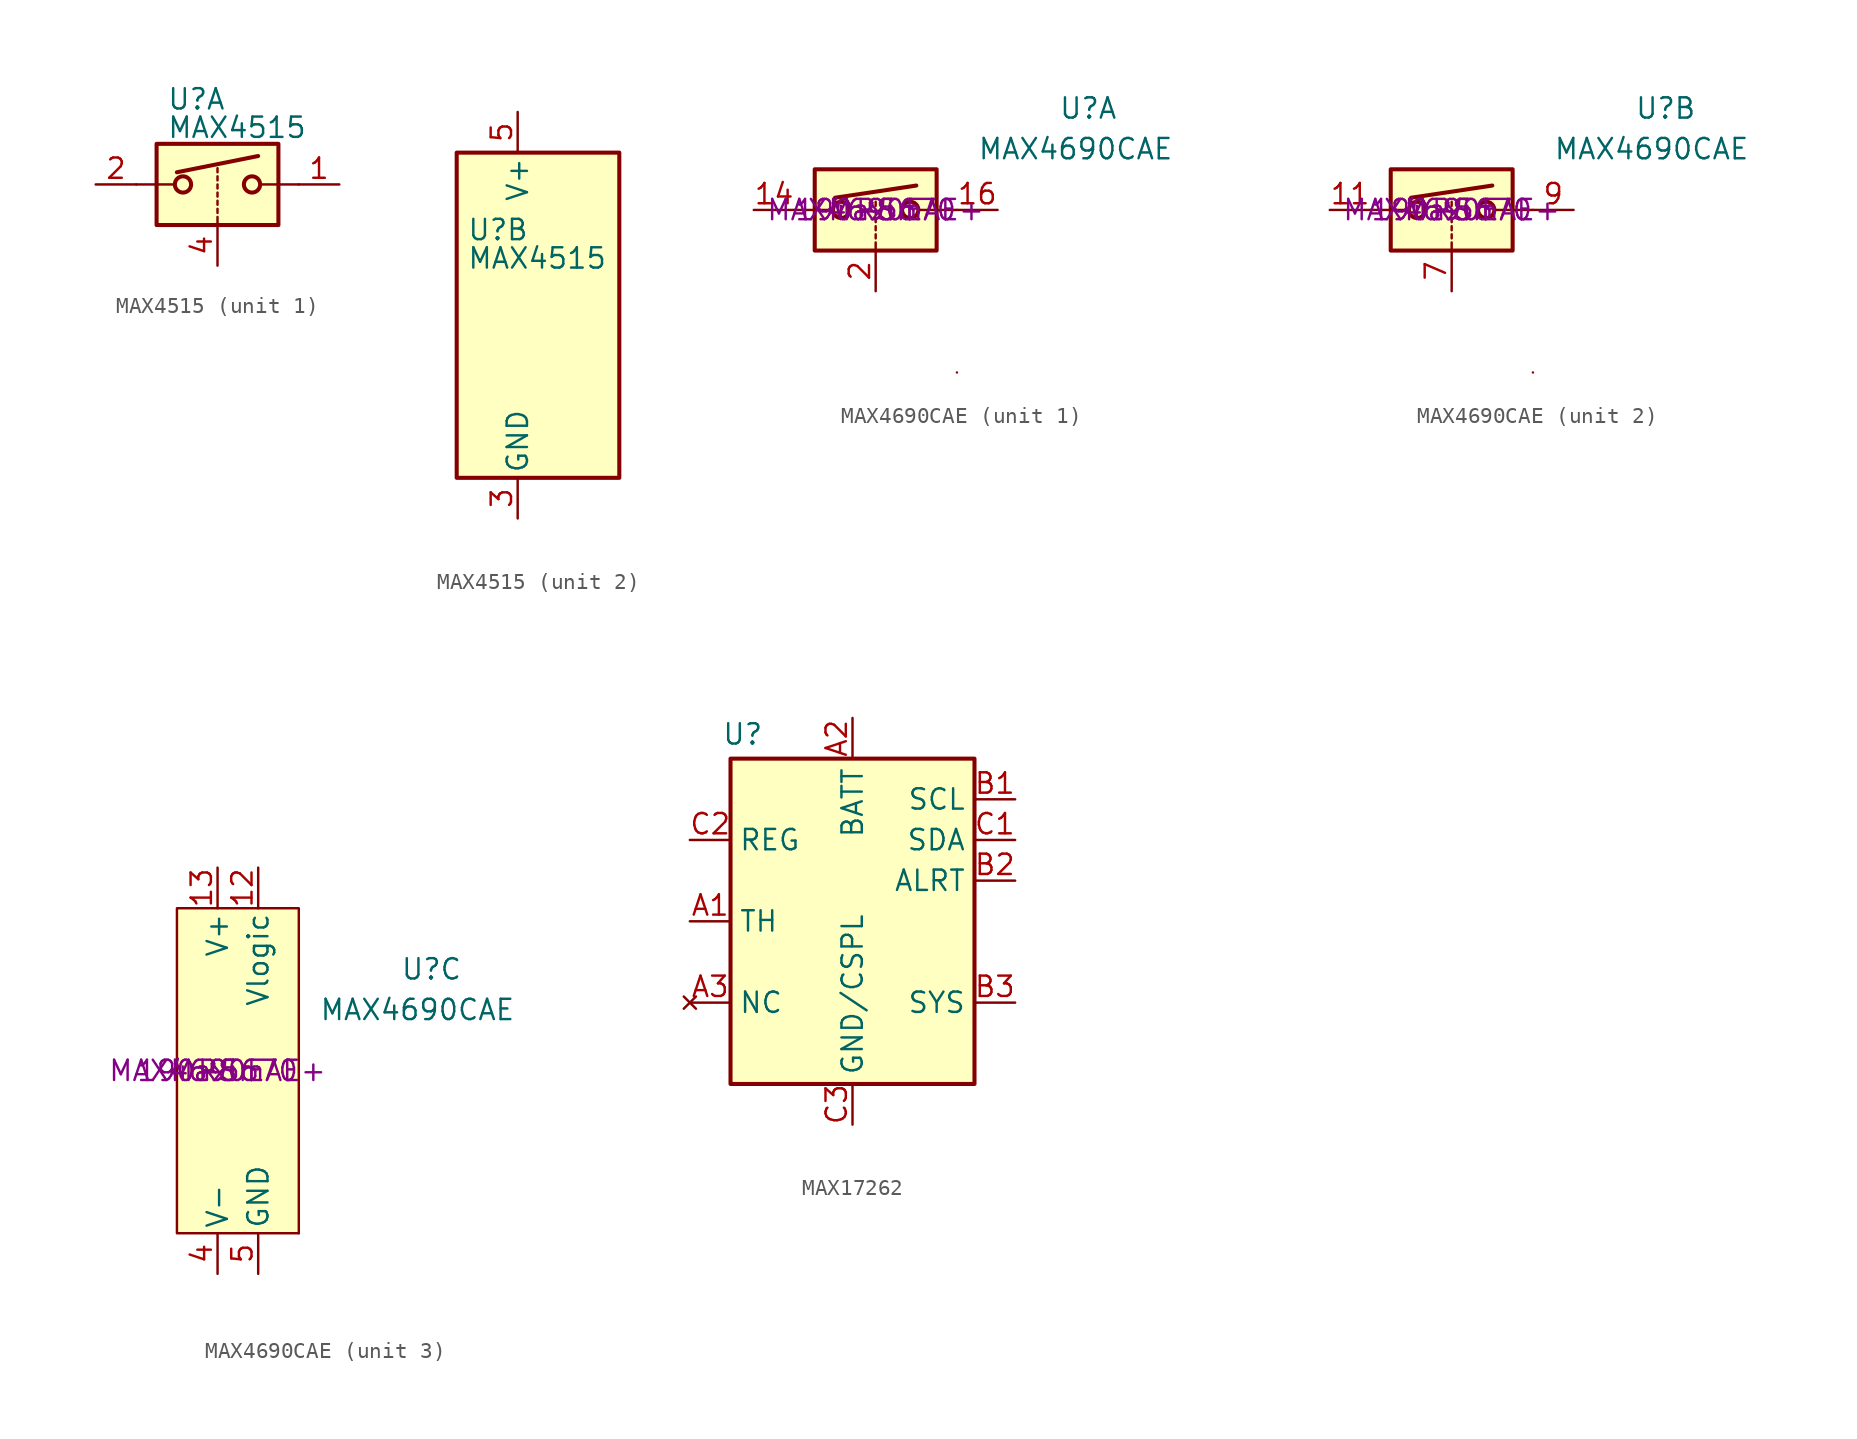
<source format=kicad_sym>
(kicad_symbol_lib
  (version 20241209)
  (generator "kicad_symbol_editor")
  (generator_version "9.0")
  (symbol "MAX4515"
    (pin_names
      (offset 0.254))
    (property "Reference" "U"
      (at -3.175 5.334 0)
      (effects (font (size 1.27 1.27)) (justify left)))
    (property "Value" "MAX4515"
      (at -3.175 3.556 0)
      (effects (font (size 1.27 1.27)) (justify left)))
    (symbol "MAX4515_1_1"
      (polyline (pts (xy -5.08 0) (xy -2.794 0)) (stroke (width 0) (type solid)) (fill (type none)))
      (rectangle (start -3.81 2.54) (end 3.81 -2.54) (stroke (width 0.254) (type solid)) (fill (type background)))
      (polyline (pts (xy -2.54 0.762) (xy 2.54 1.778)) (stroke (width 0.254) (type solid)) (fill (type none)))
      (circle (center -2.159 0) (radius 0.508) (stroke (width 0.254) (type solid)) (fill (type none)))
      (polyline (pts (xy 0 0.762) (xy 0 1.016)) (stroke (width 0) (type solid)) (fill (type none)))
      (polyline (pts (xy 0 0.254) (xy 0 0.508)) (stroke (width 0) (type solid)) (fill (type none)))
      (polyline (pts (xy 0 -0.254) (xy 0 0)) (stroke (width 0) (type solid)) (fill (type none)))
      (polyline (pts (xy 0 -0.762) (xy 0 -0.508)) (stroke (width 0) (type solid)) (fill (type none)))
      (polyline (pts (xy 0 -1.27) (xy 0 -1.016)) (stroke (width 0) (type solid)) (fill (type none)))
      (polyline (pts (xy 0 -1.778) (xy 0 -1.524)) (stroke (width 0) (type solid)) (fill (type none)))
      (polyline (pts (xy 0 -2.54) (xy 0 -2.032)) (stroke (width 0) (type solid)) (fill (type none)))
      (circle (center 2.159 0) (radius 0.508) (stroke (width 0.254) (type solid)) (fill (type none)))
      (polyline (pts (xy 5.08 0) (xy 2.794 0)) (stroke (width 0) (type solid)) (fill (type none)))
      (pin passive line (at -7.62 0 0) (length 2.54) (name "~" (effects (font (size 1.27 1.27)))) (number "2" (effects (font (size 1.27 1.27)))))
      (pin input line (at 0 -5.08 90) (length 2.54) (name "~" (effects (font (size 1.27 1.27)))) (number "4" (effects (font (size 1.27 1.27)))))
      (pin passive line (at 7.62 0 180) (length 2.54) (name "~" (effects (font (size 1.27 1.27)))) (number "1" (effects (font (size 1.27 1.27))))))
    (symbol "MAX4515_2_0"
      (pin power_in line (at 0 12.7 270) (length 2.54) (name "V+" (effects (font (size 1.27 1.27)))) (number "5" (effects (font (size 1.27 1.27)))))
      (pin power_in line (at 0 -12.7 90) (length 2.54) (name "GND" (effects (font (size 1.27 1.27)))) (number "3" (effects (font (size 1.27 1.27))))))
    (symbol "MAX4515_2_1"
      (rectangle (start -3.81 10.16) (end 6.35 -10.16) (stroke (width 0.254) (type solid)) (fill (type background)))))
  (symbol "MAX4690CAE"
    (pin_names
      (offset 0.254))
    (property "Reference" "U"
      (at 11.43 6.35 0)
      (effects (font (size 1.27 1.27)) (justify left)))
    (property "Value" "MAX4690CAE"
      (at 6.35 3.81 0)
      (effects (font (size 1.27 1.27)) (justify left)))
    (property "Manufacturer" "Maxim"
      (at 0 0 0)
      (effects (font (size 1.27 1.27))))
    (property "Manufacturer part number (MPN)" "MAX4690EAE+"
      (at 0 0 0)
      (effects (font (size 1.27 1.27))))
    (property "Supplier name" "190-5670"
      (at 0 0 0)
      (effects (font (size 1.27 1.27))))
    (property "Supplier part number (SPN)" "RS"
      (at 0 0 0)
      (effects (font (size 1.27 1.27))))
    (property "ki_locked" ""
      (at 0 0 0)
      (effects (font (size 1.27 1.27))))
    (symbol "MAX4690CAE_0_1"
      (rectangle (start 5.08 -10.16) (end 5.08 -10.16) (stroke (width 0) (type solid)) (fill (type none))))
    (symbol "MAX4690CAE_1_1"
      (polyline (pts (xy -5.08 0) (xy -2.794 0)) (stroke (width 0) (type solid)) (fill (type none)))
      (rectangle (start -3.81 2.54) (end 3.81 -2.54) (stroke (width 0.254) (type solid)) (fill (type background)))
      (polyline (pts (xy -2.54 0.762) (xy 2.54 1.524)) (stroke (width 0.254) (type solid)) (fill (type none)))
      (circle (center -2.159 0) (radius 0.508) (stroke (width 0.254) (type solid)) (fill (type none)))
      (polyline (pts (xy 0 0.254) (xy 0 0.508)) (stroke (width 0) (type solid)) (fill (type none)))
      (polyline (pts (xy 0 -0.254) (xy 0 0)) (stroke (width 0) (type solid)) (fill (type none)))
      (polyline (pts (xy 0 -0.762) (xy 0 -0.508)) (stroke (width 0) (type solid)) (fill (type none)))
      (polyline (pts (xy 0 -1.27) (xy 0 -1.016)) (stroke (width 0) (type solid)) (fill (type none)))
      (polyline (pts (xy 0 -1.778) (xy 0 -1.524)) (stroke (width 0) (type solid)) (fill (type none)))
      (polyline (pts (xy 0 -2.54) (xy 0 -2.032)) (stroke (width 0) (type solid)) (fill (type none)))
      (circle (center 2.159 0) (radius 0.508) (stroke (width 0.254) (type solid)) (fill (type none)))
      (polyline (pts (xy 5.08 0) (xy 2.794 0)) (stroke (width 0) (type solid)) (fill (type none)))
      (pin passive line (at -7.62 0 0) (length 2.54) (name "~" (effects (font (size 1.27 1.27)))) (number "14" (effects (font (size 1.27 1.27)))))
      (pin input line (at 0 -5.08 90) (length 2.54) (name "~" (effects (font (size 1.27 1.27)))) (number "2" (effects (font (size 1.27 1.27)))))
      (pin passive line (at 7.62 0 180) (length 2.54) (name "~" (effects (font (size 1.27 1.27)))) (number "16" (effects (font (size 1.27 1.27))))))
    (symbol "MAX4690CAE_2_1"
      (polyline (pts (xy -5.08 0) (xy -2.794 0)) (stroke (width 0) (type solid)) (fill (type none)))
      (rectangle (start -3.81 2.54) (end 3.81 -2.54) (stroke (width 0.254) (type solid)) (fill (type background)))
      (polyline (pts (xy -2.54 0.762) (xy 2.54 1.524)) (stroke (width 0.254) (type solid)) (fill (type none)))
      (circle (center -2.159 0) (radius 0.508) (stroke (width 0.254) (type solid)) (fill (type none)))
      (polyline (pts (xy 0 0.254) (xy 0 0.508)) (stroke (width 0) (type solid)) (fill (type none)))
      (polyline (pts (xy 0 -0.254) (xy 0 0)) (stroke (width 0) (type solid)) (fill (type none)))
      (polyline (pts (xy 0 -0.762) (xy 0 -0.508)) (stroke (width 0) (type solid)) (fill (type none)))
      (polyline (pts (xy 0 -1.27) (xy 0 -1.016)) (stroke (width 0) (type solid)) (fill (type none)))
      (polyline (pts (xy 0 -1.778) (xy 0 -1.524)) (stroke (width 0) (type solid)) (fill (type none)))
      (polyline (pts (xy 0 -2.54) (xy 0 -2.032)) (stroke (width 0) (type solid)) (fill (type none)))
      (circle (center 2.159 0) (radius 0.508) (stroke (width 0.254) (type solid)) (fill (type none)))
      (polyline (pts (xy 5.08 0) (xy 2.794 0)) (stroke (width 0) (type solid)) (fill (type none)))
      (pin passive line (at -7.62 0 0) (length 2.54) (name "~" (effects (font (size 1.27 1.27)))) (number "11" (effects (font (size 1.27 1.27)))))
      (pin input line (at 0 -5.08 90) (length 2.54) (name "~" (effects (font (size 1.27 1.27)))) (number "7" (effects (font (size 1.27 1.27)))))
      (pin passive line (at 7.62 0 180) (length 2.54) (name "~" (effects (font (size 1.27 1.27)))) (number "9" (effects (font (size 1.27 1.27))))))
    (symbol "MAX4690CAE_3_1"
      (rectangle (start -2.54 10.16) (end 5.08 -10.16) (stroke (width 0) (type solid)) (fill (type background)))
      (pin power_in line (at 0 12.7 270) (length 2.54) (name "V+" (effects (font (size 1.27 1.27)))) (number "13" (effects (font (size 1.27 1.27)))))
      (pin power_in line (at 0 -12.7 90) (length 2.54) (name "V-" (effects (font (size 1.27 1.27)))) (number "4" (effects (font (size 1.27 1.27)))))
      (pin power_in line (at 2.54 12.7 270) (length 2.54) (name "Vlogic" (effects (font (size 1.27 1.27)))) (number "12" (effects (font (size 1.27 1.27)))))
      (pin power_in line (at 2.54 -12.7 90) (length 2.54) (name "GND" (effects (font (size 1.27 1.27)))) (number "5" (effects (font (size 1.27 1.27)))))
      (pin no_connect line (at 20.32 21.59 180) (length 2.54) (hide yes) (name "~" (effects (font (size 1.27 1.27)))) (number "1" (effects (font (size 1.27 1.27)))))
      (pin no_connect line (at 20.32 19.05 180) (length 2.54) (hide yes) (name "~" (effects (font (size 1.27 1.27)))) (number "3" (effects (font (size 1.27 1.27)))))
      (pin no_connect line (at 20.32 16.51 180) (length 2.54) (hide yes) (name "~" (effects (font (size 1.27 1.27)))) (number "6" (effects (font (size 1.27 1.27)))))
      (pin no_connect line (at 20.32 13.97 180) (length 2.54) (hide yes) (name "~" (effects (font (size 1.27 1.27)))) (number "8" (effects (font (size 1.27 1.27)))))
      (pin no_connect line (at 20.32 11.43 180) (length 2.54) (hide yes) (name "~" (effects (font (size 1.27 1.27)))) (number "15" (effects (font (size 1.27 1.27)))))
      (pin no_connect line (at 20.32 8.89 180) (length 2.54) (hide yes) (name "~" (effects (font (size 1.27 1.27)))) (number "10" (effects (font (size 1.27 1.27)))))))
  (symbol "MAX17262"
    (property "Reference" "U"
      (at -6.858 11.684 0)
      (effects (font (size 1.27 1.27))))
    (property "Value" ""
      (at 0 0 0)
      (effects (font (size 1.27 1.27))))
    (symbol "MAX17262_0_1"
      (rectangle (start -7.62 10.16) (end 7.62 -10.16) (stroke (width 0.254) (type default)) (fill (type background))))
    (symbol "MAX17262_1_1"
      (pin input line (at -10.16 5.08 0) (length 2.54) (name "REG" (effects (font (size 1.27 1.27)))) (number "C2" (effects (font (size 1.27 1.27)))))
      (pin passive line (at -10.16 0 0) (length 2.54) (name "TH" (effects (font (size 1.27 1.27)))) (number "A1" (effects (font (size 1.27 1.27)))))
      (pin no_connect line (at -10.16 -5.08 0) (length 2.54) (name "NC" (effects (font (size 1.27 1.27)))) (number "A3" (effects (font (size 1.27 1.27)))))
      (pin power_in line (at 0 12.7 270) (length 2.54) (name "BATT" (effects (font (size 1.27 1.27)))) (number "A2" (effects (font (size 1.27 1.27)))))
      (pin power_in line (at 0 -12.7 90) (length 2.54) (name "GND/CSPL" (effects (font (size 1.27 1.27)))) (number "C3" (effects (font (size 1.27 1.27)))))
      (pin input line (at 10.16 7.62 180) (length 2.54) (name "SCL" (effects (font (size 1.27 1.27)))) (number "B1" (effects (font (size 1.27 1.27)))))
      (pin bidirectional line (at 10.16 5.08 180) (length 2.54) (name "SDA" (effects (font (size 1.27 1.27)))) (number "C1" (effects (font (size 1.27 1.27)))))
      (pin open_collector line (at 10.16 2.54 180) (length 2.54) (name "ALRT" (effects (font (size 1.27 1.27)))) (number "B2" (effects (font (size 1.27 1.27)))))
      (pin power_out line (at 10.16 -5.08 180) (length 2.54) (name "SYS" (effects (font (size 1.27 1.27)))) (number "B3" (effects (font (size 1.27 1.27))))))))
</source>
